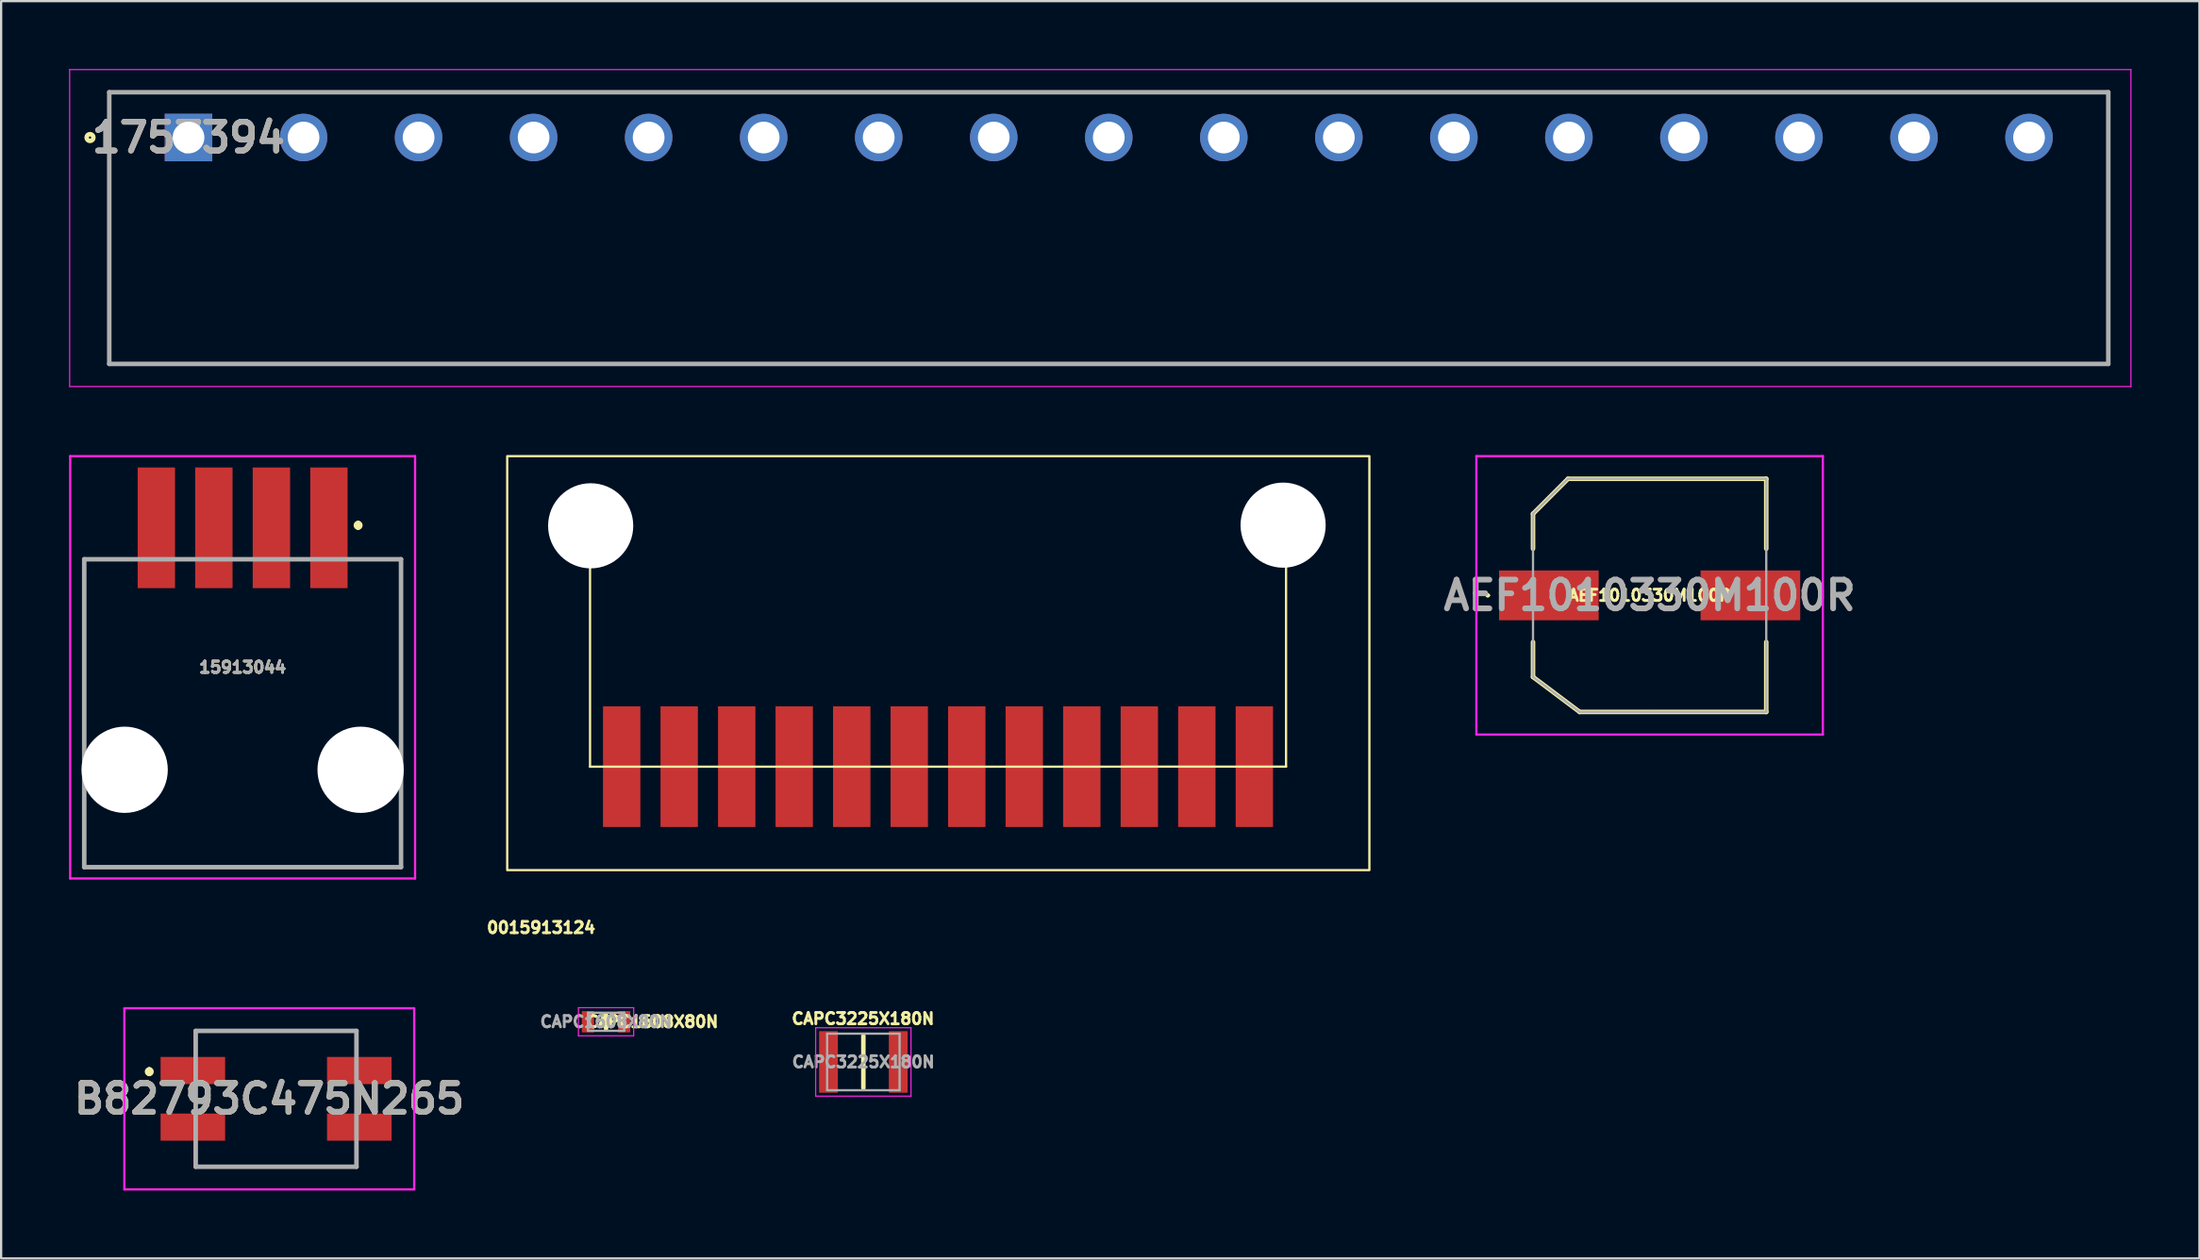
<source format=kicad_pcb>
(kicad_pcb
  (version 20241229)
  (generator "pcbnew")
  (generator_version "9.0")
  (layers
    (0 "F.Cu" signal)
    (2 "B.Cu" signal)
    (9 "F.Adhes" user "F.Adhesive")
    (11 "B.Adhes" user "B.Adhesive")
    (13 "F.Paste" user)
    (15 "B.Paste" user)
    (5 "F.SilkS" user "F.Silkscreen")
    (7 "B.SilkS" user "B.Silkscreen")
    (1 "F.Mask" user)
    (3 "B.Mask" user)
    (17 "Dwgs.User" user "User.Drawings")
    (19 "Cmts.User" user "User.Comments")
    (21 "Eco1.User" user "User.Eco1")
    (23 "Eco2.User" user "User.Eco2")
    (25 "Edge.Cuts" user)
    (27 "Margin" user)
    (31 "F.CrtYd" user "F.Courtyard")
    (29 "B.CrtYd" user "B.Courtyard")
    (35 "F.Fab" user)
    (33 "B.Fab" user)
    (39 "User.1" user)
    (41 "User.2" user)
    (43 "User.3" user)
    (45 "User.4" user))
  (footprint "AEF1010330M100R"
    (layer "F.Cu")
    (at 69.8 23.25)
    (property "Reference" "AEF1010330M100R" (at 0 0 0) (layer "F.SilkS") (effects (font (size 0.5 0.5) (thickness 0.25))))
    (attr smd)
    (fp_line (start -7.2 0) (end -7.2 0) (stroke (width 0.1) (type solid)) (layer "F.SilkS"))
    (fp_line (start -7.1 0) (end -7.1 0) (stroke (width 0.1) (type solid)) (layer "F.SilkS"))
    (fp_line (start -5.15 -3.605) (end -3.605 -5.15) (stroke (width 0.2) (type solid)) (layer "F.SilkS"))
    (fp_line (start -5.15 -2.06) (end -5.15 -3.605) (stroke (width 0.2) (type solid)) (layer "F.SilkS"))
    (fp_line (start -5.15 2.06) (end -5.15 3.605) (stroke (width 0.2) (type solid)) (layer "F.SilkS"))
    (fp_line (start -5.15 3.605) (end -3.09 5.15) (stroke (width 0.2) (type solid)) (layer "F.SilkS"))
    (fp_line (start -3.605 -5.15) (end 5.15 -5.15) (stroke (width 0.2) (type solid)) (layer "F.SilkS"))
    (fp_line (start -3.09 5.15) (end 5.15 5.15) (stroke (width 0.2) (type solid)) (layer "F.SilkS"))
    (fp_line (start 5.15 -5.15) (end 5.15 -2.06) (stroke (width 0.2) (type solid)) (layer "F.SilkS"))
    (fp_line (start 5.15 5.15) (end 5.15 2.06) (stroke (width 0.2) (type solid)) (layer "F.SilkS"))
    (fp_arc (start -7.2 0) (mid -7.15 -0.05) (end -7.1 0) (stroke (width 0.1) (type solid)) (layer "F.SilkS"))
    (fp_arc (start -7.1 0) (mid -7.15 0.05) (end -7.2 0) (stroke (width 0.1) (type solid)) (layer "F.SilkS"))
    (fp_line (start -7.65 -6.15) (end 7.65 -6.15) (stroke (width 0.1) (type solid)) (layer "F.CrtYd"))
    (fp_line (start -7.65 6.15) (end -7.65 -6.15) (stroke (width 0.1) (type solid)) (layer "F.CrtYd"))
    (fp_line (start 7.65 -6.15) (end 7.65 6.15) (stroke (width 0.1) (type solid)) (layer "F.CrtYd"))
    (fp_line (start 7.65 6.15) (end -7.65 6.15) (stroke (width 0.1) (type solid)) (layer "F.CrtYd"))
    (fp_line (start -5.15 -3.605) (end -3.605 -5.15) (stroke (width 0.1) (type solid)) (layer "F.Fab"))
    (fp_line (start -5.15 3.605) (end -5.15 -3.605) (stroke (width 0.1) (type solid)) (layer "F.Fab"))
    (fp_line (start -3.605 -5.15) (end 5.15 -5.15) (stroke (width 0.1) (type solid)) (layer "F.Fab"))
    (fp_line (start -3.09 5.15) (end -5.15 3.605) (stroke (width 0.1) (type solid)) (layer "F.Fab"))
    (fp_line (start 0 5.15) (end -3.09 5.15) (stroke (width 0.1) (type solid)) (layer "F.Fab"))
    (fp_line (start 5.15 -5.15) (end 5.15 5.15) (stroke (width 0.1) (type solid)) (layer "F.Fab"))
    (fp_line (start 5.15 5.15) (end 0 5.15) (stroke (width 0.1) (type solid)) (layer "F.Fab"))
    (fp_text user "${REFERENCE}" (at 0 0 0) (layer "F.Fab") (effects (font (size 1.27 1.27) (thickness 0.254))))
    (pad "1" smd rect (at -4.45 0 270) (size 2.2 4.4) (layers "F.Cu" "F.Mask" "F.Paste"))
    (pad "2" smd rect (at 4.45 0 270) (size 2.2 4.4) (layers "F.Cu" "F.Mask" "F.Paste")))
  (footprint "15913044"
    (layer "F.Cu")
    (at 7.665 26.428)
    (property "Reference" "15913044" (at 0 0 0) (layer "F.SilkS") (effects (font (size 0.5 0.5) (thickness 0.25))))
    (attr through_hole)
    (fp_line (start -6.995 -4.772) (end -6.995 2.328) (stroke (width 0.1) (type solid)) (layer "F.SilkS"))
    (fp_line (start -6.995 6.328) (end -6.995 8.828) (stroke (width 0.1) (type solid)) (layer "F.SilkS"))
    (fp_line (start -6.995 8.828) (end 7 8.828) (stroke (width 0.1) (type solid)) (layer "F.SilkS"))
    (fp_line (start -5.5 -4.772) (end -6.995 -4.772) (stroke (width 0.1) (type solid)) (layer "F.SilkS"))
    (fp_line (start 5.1 -6.373) (end 5.1 -6.373) (stroke (width 0.2) (type solid)) (layer "F.SilkS"))
    (fp_line (start 5.1 -6.172) (end 5.1 -6.172) (stroke (width 0.2) (type solid)) (layer "F.SilkS"))
    (fp_line (start 5.5 -4.772) (end 5.5 -4.772) (stroke (width 0.1) (type solid)) (layer "F.SilkS"))
    (fp_line (start 5.5 -4.772) (end 6.995 -4.772) (stroke (width 0.1) (type solid)) (layer "F.SilkS"))
    (fp_line (start 6.995 -4.772) (end 7 2.328) (stroke (width 0.1) (type solid)) (layer "F.SilkS"))
    (fp_line (start 7 8.828) (end 7 6.328) (stroke (width 0.1) (type solid)) (layer "F.SilkS"))
    (fp_arc (start 5.1 -6.373) (mid 5.2005 -6.2725) (end 5.1 -6.172) (stroke (width 0.2) (type solid)) (layer "F.SilkS"))
    (fp_arc (start 5.1 -6.172) (mid 4.9995 -6.2725) (end 5.1 -6.373) (stroke (width 0.2) (type solid)) (layer "F.SilkS"))
    (fp_line (start -7.615 -9.328) (end 7.615 -9.328) (stroke (width 0.1) (type solid)) (layer "F.CrtYd"))
    (fp_line (start -7.615 9.328) (end -7.615 -9.328) (stroke (width 0.1) (type solid)) (layer "F.CrtYd"))
    (fp_line (start 7.615 -9.328) (end 7.615 9.328) (stroke (width 0.1) (type solid)) (layer "F.CrtYd"))
    (fp_line (start 7.615 9.328) (end -7.615 9.328) (stroke (width 0.1) (type solid)) (layer "F.CrtYd"))
    (fp_line (start -6.995 -4.772) (end 6.995 -4.772) (stroke (width 0.2) (type solid)) (layer "F.Fab"))
    (fp_line (start -6.995 8.828) (end -6.995 -4.772) (stroke (width 0.2) (type solid)) (layer "F.Fab"))
    (fp_line (start 6.995 -4.772) (end 6.995 8.828) (stroke (width 0.2) (type solid)) (layer "F.Fab"))
    (fp_line (start 6.995 8.828) (end -6.995 8.828) (stroke (width 0.2) (type solid)) (layer "F.Fab"))
    (fp_text user "${REFERENCE}" (at 0 0 0) (layer "F.Fab") (effects (font (size 0.5 0.5) (thickness 0.25))))
    (pad "" np_thru_hole circle (at -5.21 4.527 180) (size 3.81 3.81) (drill 3.81) (layers "*.Cu" "*.Mask"))
    (pad "" np_thru_hole circle (at 5.21 4.527 180) (size 3.81 3.81) (drill 3.81) (layers "*.Cu" "*.Mask"))
    (pad "1" smd rect (at 3.81 -6.162 180) (size 1.65 5.33) (layers "F.Cu" "F.Mask" "F.Paste"))
    (pad "2" smd rect (at 1.27 -6.162 180) (size 1.65 5.33) (layers "F.Cu" "F.Mask" "F.Paste"))
    (pad "3" smd rect (at -1.27 -6.162 180) (size 1.65 5.33) (layers "F.Cu" "F.Mask" "F.Paste"))
    (pad "4" smd rect (at -3.81 -6.162 180) (size 1.65 5.33) (layers "F.Cu" "F.Mask" "F.Paste")))
  (footprint "1757394"
    (layer "F.Cu")
    (at 5.275 3.025)
    (property "Reference" "1757394" (at 0 0 0) (layer "F.SilkS") (effects (font (size 1.27 1.27) (thickness 0.254))))
    (attr through_hole)
    (fp_line (start -3.5 -2) (end 84.78 -2) (stroke (width 0.1) (type solid)) (layer "F.SilkS"))
    (fp_line (start -3.5 10) (end -3.5 -2) (stroke (width 0.1) (type solid)) (layer "F.SilkS"))
    (fp_line (start 84.78 -2) (end 84.78 10) (stroke (width 0.1) (type solid)) (layer "F.SilkS"))
    (fp_line (start 84.78 10) (end -3.5 10) (stroke (width 0.1) (type solid)) (layer "F.SilkS"))
    (fp_circle (center -4.35 0) (end -4.35 0.05) (stroke (width 0.2) (type solid)) (fill no) (layer "F.SilkS"))
    (fp_line (start -5.25 -3) (end 85.78 -3) (stroke (width 0.05) (type solid)) (layer "F.CrtYd"))
    (fp_line (start -5.25 11) (end -5.25 -3) (stroke (width 0.05) (type solid)) (layer "F.CrtYd"))
    (fp_line (start 85.78 -3) (end 85.78 11) (stroke (width 0.05) (type solid)) (layer "F.CrtYd"))
    (fp_line (start 85.78 11) (end -5.25 11) (stroke (width 0.05) (type solid)) (layer "F.CrtYd"))
    (fp_line (start -3.5 -2) (end 84.78 -2) (stroke (width 0.2) (type solid)) (layer "F.Fab"))
    (fp_line (start -3.5 10) (end -3.5 -2) (stroke (width 0.2) (type solid)) (layer "F.Fab"))
    (fp_line (start 84.78 -2) (end 84.78 10) (stroke (width 0.2) (type solid)) (layer "F.Fab"))
    (fp_line (start 84.78 10) (end -3.5 10) (stroke (width 0.2) (type solid)) (layer "F.Fab"))
    (fp_text user "${REFERENCE}" (at 0 0 0) (layer "F.Fab") (effects (font (size 1.27 1.27) (thickness 0.254))))
    (pad "1" thru_hole rect (at 0 0 180) (size 2.1 2.1) (drill 1.4) (layers "*.Cu" "*.Mask"))
    (pad "2" thru_hole circle (at 5.08 0 180) (size 2.1 2.1) (drill 1.4) (layers "*.Cu" "*.Mask"))
    (pad "3" thru_hole circle (at 10.16 0 180) (size 2.1 2.1) (drill 1.4) (layers "*.Cu" "*.Mask"))
    (pad "4" thru_hole circle (at 15.24 0 180) (size 2.1 2.1) (drill 1.4) (layers "*.Cu" "*.Mask"))
    (pad "5" thru_hole circle (at 20.32 0 180) (size 2.1 2.1) (drill 1.4) (layers "*.Cu" "*.Mask"))
    (pad "6" thru_hole circle (at 25.4 0 180) (size 2.1 2.1) (drill 1.4) (layers "*.Cu" "*.Mask"))
    (pad "7" thru_hole circle (at 30.48 0 180) (size 2.1 2.1) (drill 1.4) (layers "*.Cu" "*.Mask"))
    (pad "8" thru_hole circle (at 35.56 0 180) (size 2.1 2.1) (drill 1.4) (layers "*.Cu" "*.Mask"))
    (pad "9" thru_hole circle (at 40.64 0 180) (size 2.1 2.1) (drill 1.4) (layers "*.Cu" "*.Mask"))
    (pad "10" thru_hole circle (at 45.72 0 180) (size 2.1 2.1) (drill 1.4) (layers "*.Cu" "*.Mask"))
    (pad "11" thru_hole circle (at 50.8 0 180) (size 2.1 2.1) (drill 1.4) (layers "*.Cu" "*.Mask"))
    (pad "12" thru_hole circle (at 55.88 0 180) (size 2.1 2.1) (drill 1.4) (layers "*.Cu" "*.Mask"))
    (pad "13" thru_hole circle (at 60.96 0 180) (size 2.1 2.1) (drill 1.4) (layers "*.Cu" "*.Mask"))
    (pad "14" thru_hole circle (at 66.04 0 180) (size 2.1 2.1) (drill 1.4) (layers "*.Cu" "*.Mask"))
    (pad "15" thru_hole circle (at 71.12 0 180) (size 2.1 2.1) (drill 1.4) (layers "*.Cu" "*.Mask"))
    (pad "16" thru_hole circle (at 76.2 0 180) (size 2.1 2.1) (drill 1.4) (layers "*.Cu" "*.Mask"))
    (pad "17" thru_hole circle (at 81.28 0 180) (size 2.1 2.1) (drill 1.4) (layers "*.Cu" "*.Mask")))
  (footprint "0015913124"
    (layer "F.Cu")
    (at 24.534 24.698)
    (property "Reference" "0015913124" (at -3.686 13.23 0) (layer "F.SilkS") (effects (font (size 0.5 0.5) (thickness 0.25))))
    (attr smd)
    (fp_line (start -1.527 6.121) (end -1.527 -4.569) (stroke (width 0.1) (type default)) (layer "F.SilkS"))
    (fp_line (start 29.21 6.118) (end -1.527 6.121) (stroke (width 0.1) (type default)) (layer "F.SilkS"))
    (fp_line (start 29.21 6.118) (end 29.21 -4.572) (stroke (width 0.1) (type default)) (layer "F.SilkS"))
    (fp_rect (start -5.185 -7.598) (end 32.89 10.69) (stroke (width 0.1) (type default)) (fill no) (layer "F.SilkS"))
    (pad "" np_thru_hole circle (at -1.499 -4.521 180) (size 3.76 3.76) (drill 3.76) (layers "*.Cu" "*.Mask"))
    (pad "" np_thru_hole circle (at 29.08 -4.55 180) (size 3.76 3.76) (drill 3.76) (layers "*.Cu" "*.Mask"))
    (pad "1" smd rect (at 27.81 6.118 180) (size 1.65 5.33) (layers "F.Cu" "F.Mask" "F.Paste"))
    (pad "2" smd rect (at 25.27 6.118 180) (size 1.65 5.33) (layers "F.Cu" "F.Mask" "F.Paste"))
    (pad "3" smd rect (at 22.73 6.118 180) (size 1.65 5.33) (layers "F.Cu" "F.Mask" "F.Paste"))
    (pad "4" smd rect (at 20.19 6.118 180) (size 1.65 5.33) (layers "F.Cu" "F.Mask" "F.Paste"))
    (pad "5" smd rect (at 17.65 6.118 180) (size 1.65 5.33) (layers "F.Cu" "F.Mask" "F.Paste"))
    (pad "6" smd rect (at 15.11 6.118 180) (size 1.65 5.33) (layers "F.Cu" "F.Mask" "F.Paste"))
    (pad "7" smd rect (at 12.57 6.118 180) (size 1.65 5.33) (layers "F.Cu" "F.Mask" "F.Paste"))
    (pad "8" smd rect (at 10.03 6.118 180) (size 1.65 5.33) (layers "F.Cu" "F.Mask" "F.Paste"))
    (pad "9" smd rect (at 7.49 6.118 180) (size 1.65 5.33) (layers "F.Cu" "F.Mask" "F.Paste"))
    (pad "10" smd rect (at 4.95 6.118 180) (size 1.65 5.33) (layers "F.Cu" "F.Mask" "F.Paste"))
    (pad "11" smd rect (at 2.41 6.118 180) (size 1.65 5.33) (layers "F.Cu" "F.Mask" "F.Paste"))
    (pad "12" smd rect (at -0.13 6.118 180) (size 1.65 5.33) (layers "F.Cu" "F.Mask" "F.Paste")))
  (footprint "CAPC1608X80N"
    (layer "F.Cu")
    (at 23.714 42.085)
    (property "Reference" "CAPC1608X80N" (at 2.049 0 0) (layer "F.SilkS") (effects (font (size 0.5 0.5) (thickness 0.25))))
    (attr smd)
    (fp_line (start 0 -0.3) (end 0 0.3) (stroke (width 0.2) (type solid)) (layer "F.SilkS"))
    (fp_line (start -1.22 -0.62) (end 1.22 -0.62) (stroke (width 0.05) (type solid)) (layer "F.CrtYd"))
    (fp_line (start -1.22 0.62) (end -1.22 -0.62) (stroke (width 0.05) (type solid)) (layer "F.CrtYd"))
    (fp_line (start 1.22 -0.62) (end 1.22 0.62) (stroke (width 0.05) (type solid)) (layer "F.CrtYd"))
    (fp_line (start 1.22 0.62) (end -1.22 0.62) (stroke (width 0.05) (type solid)) (layer "F.CrtYd"))
    (fp_line (start -0.8 -0.4) (end 0.8 -0.4) (stroke (width 0.1) (type solid)) (layer "F.Fab"))
    (fp_line (start -0.8 0.4) (end -0.8 -0.4) (stroke (width 0.1) (type solid)) (layer "F.Fab"))
    (fp_line (start 0.8 -0.4) (end 0.8 0.4) (stroke (width 0.1) (type solid)) (layer "F.Fab"))
    (fp_line (start 0.8 0.4) (end -0.8 0.4) (stroke (width 0.1) (type solid)) (layer "F.Fab"))
    (fp_text user "${REFERENCE}" (at 0 0 0) (layer "F.Fab") (effects (font (size 0.5 0.5) (thickness 0.25))))
    (pad "1" smd rect (at -0.8 0 180) (size 0.54 0.94) (layers "F.Cu" "F.Mask" "F.Paste"))
    (pad "2" smd rect (at 0.8 0 180) (size 0.54 0.94) (layers "F.Cu" "F.Mask" "F.Paste")))
  (footprint "CAPC3225X180N"
    (layer "F.Cu")
    (at 35.077 43.861)
    (property "Reference" "CAPC3225X180N" (at -0.015 -1.91 180) (layer "F.SilkS") (effects (font (size 0.5 0.5) (thickness 0.25))))
    (attr smd)
    (fp_line (start 0 -1.15) (end 0 1.15) (stroke (width 0.2) (type solid)) (layer "F.SilkS"))
    (fp_line (start -2.105 -1.51) (end 2.105 -1.51) (stroke (width 0.05) (type solid)) (layer "F.CrtYd"))
    (fp_line (start -2.105 1.51) (end -2.105 -1.51) (stroke (width 0.05) (type solid)) (layer "F.CrtYd"))
    (fp_line (start 2.105 -1.51) (end 2.105 1.51) (stroke (width 0.05) (type solid)) (layer "F.CrtYd"))
    (fp_line (start 2.105 1.51) (end -2.105 1.51) (stroke (width 0.05) (type solid)) (layer "F.CrtYd"))
    (fp_line (start -1.6 -1.25) (end 1.6 -1.25) (stroke (width 0.1) (type solid)) (layer "F.Fab"))
    (fp_line (start -1.6 1.25) (end -1.6 -1.25) (stroke (width 0.1) (type solid)) (layer "F.Fab"))
    (fp_line (start 1.6 -1.25) (end 1.6 1.25) (stroke (width 0.1) (type solid)) (layer "F.Fab"))
    (fp_line (start 1.6 1.25) (end -1.6 1.25) (stroke (width 0.1) (type solid)) (layer "F.Fab"))
    (fp_text user "${REFERENCE}" (at 0 0 180) (layer "F.Fab") (effects (font (size 0.5 0.5) (thickness 0.25))))
    (pad "1" smd rect (at -1.54 0) (size 0.83 2.72) (layers "F.Cu" "F.Mask" "F.Paste"))
    (pad "2" smd rect (at 1.54 0) (size 0.83 2.72) (layers "F.Cu" "F.Mask" "F.Paste")))
  (footprint "B82793C475N265"
    (layer "F.Cu")
    (at 9.142 45.49)
    (property "Reference" "B82793C475N265" (at -0.3 0 0) (layer "F.SilkS") (effects (font (size 1.27 1.27) (thickness 0.254))))
    (attr smd)
    (fp_line (start -5.6 -1.3) (end -5.6 -1.3) (stroke (width 0.2) (type solid)) (layer "F.SilkS"))
    (fp_line (start -5.6 -1.1) (end -5.6 -1.1) (stroke (width 0.2) (type solid)) (layer "F.SilkS"))
    (fp_line (start -3.55 -3) (end 3.55 -3) (stroke (width 0.1) (type solid)) (layer "F.SilkS"))
    (fp_line (start -3.55 -2.5) (end -3.55 -3) (stroke (width 0.1) (type solid)) (layer "F.SilkS"))
    (fp_line (start -3.55 2.5) (end -3.55 3) (stroke (width 0.1) (type solid)) (layer "F.SilkS"))
    (fp_line (start -3.55 3) (end 3.55 3) (stroke (width 0.1) (type solid)) (layer "F.SilkS"))
    (fp_line (start 3.55 -3) (end 3.55 -2.5) (stroke (width 0.1) (type solid)) (layer "F.SilkS"))
    (fp_line (start 3.55 3) (end 3.55 2.5) (stroke (width 0.1) (type solid)) (layer "F.SilkS"))
    (fp_arc (start -5.6 -1.3) (mid -5.5 -1.2) (end -5.6 -1.1) (stroke (width 0.2) (type solid)) (layer "F.SilkS"))
    (fp_arc (start -5.6 -1.1) (mid -5.7 -1.2) (end -5.6 -1.3) (stroke (width 0.2) (type solid)) (layer "F.SilkS"))
    (fp_line (start -6.7 -4) (end 6.1 -4) (stroke (width 0.1) (type solid)) (layer "F.CrtYd"))
    (fp_line (start -6.7 4) (end -6.7 -4) (stroke (width 0.1) (type solid)) (layer "F.CrtYd"))
    (fp_line (start 6.1 -4) (end 6.1 4) (stroke (width 0.1) (type solid)) (layer "F.CrtYd"))
    (fp_line (start 6.1 4) (end -6.7 4) (stroke (width 0.1) (type solid)) (layer "F.CrtYd"))
    (fp_line (start -3.55 -3) (end 3.55 -3) (stroke (width 0.2) (type solid)) (layer "F.Fab"))
    (fp_line (start -3.55 3) (end -3.55 -3) (stroke (width 0.2) (type solid)) (layer "F.Fab"))
    (fp_line (start 3.55 -3) (end 3.55 3) (stroke (width 0.2) (type solid)) (layer "F.Fab"))
    (fp_line (start 3.55 3) (end -3.55 3) (stroke (width 0.2) (type solid)) (layer "F.Fab"))
    (fp_text user "${REFERENCE}" (at -0.3 0 0) (layer "F.Fab") (effects (font (size 1.27 1.27) (thickness 0.254))))
    (pad "1" smd rect (at -3.675 -1.25 90) (size 1.2 2.85) (layers "F.Cu" "F.Mask" "F.Paste"))
    (pad "2" smd rect (at 3.675 -1.25 90) (size 1.2 2.85) (layers "F.Cu" "F.Mask" "F.Paste"))
    (pad "3" smd rect (at -3.675 1.25 90) (size 1.2 2.85) (layers "F.Cu" "F.Mask" "F.Paste"))
    (pad "4" smd rect (at 3.675 1.25 90) (size 1.2 2.85) (layers "F.Cu" "F.Mask" "F.Paste")))
  (gr_rect
    (start -3 -3)
    (end 94.08 52.54)
    (stroke (width 0.1) (type default))
    (fill no)
    (layer "Edge.Cuts")))
</source>
